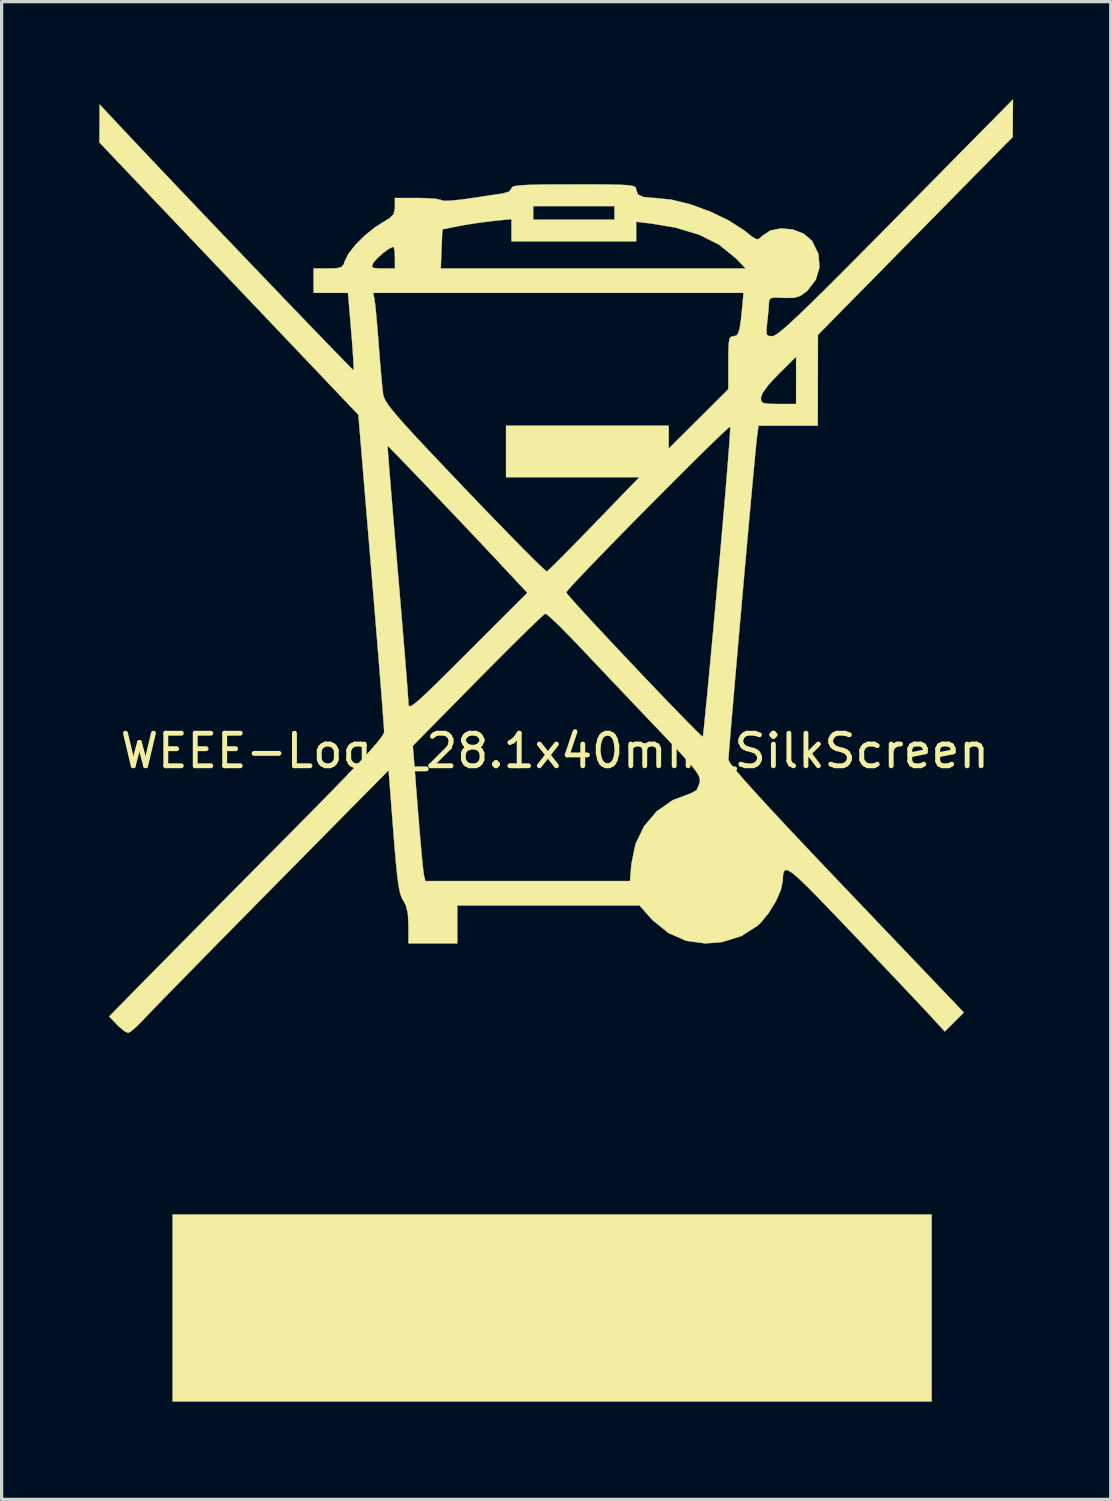
<source format=kicad_pcb>
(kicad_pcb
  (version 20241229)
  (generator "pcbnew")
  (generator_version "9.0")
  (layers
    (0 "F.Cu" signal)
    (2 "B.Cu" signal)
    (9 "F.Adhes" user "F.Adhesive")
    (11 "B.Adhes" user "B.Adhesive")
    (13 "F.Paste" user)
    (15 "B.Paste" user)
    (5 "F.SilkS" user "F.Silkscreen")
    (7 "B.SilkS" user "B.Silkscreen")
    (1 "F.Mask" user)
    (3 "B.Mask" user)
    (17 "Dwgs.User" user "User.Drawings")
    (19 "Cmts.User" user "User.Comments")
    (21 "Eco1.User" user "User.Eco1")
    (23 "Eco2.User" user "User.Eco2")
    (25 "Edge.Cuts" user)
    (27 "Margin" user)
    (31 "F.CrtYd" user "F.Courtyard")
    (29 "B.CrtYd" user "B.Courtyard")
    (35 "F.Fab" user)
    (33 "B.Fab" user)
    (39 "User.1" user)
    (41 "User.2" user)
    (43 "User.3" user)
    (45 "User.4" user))
  (footprint "WEEE-Logo_28.1x40mm_SilkScreen"
    (layer "F.Cu")
    (at 13.996 20.021)
    (property "Reference" "WEEE-Logo_28.1x40mm_SilkScreen" (at 0 0 0) (layer "F.SilkS") (effects (font (size 1 1) (thickness 0.15))))
    (attr exclude_from_pos_files exclude_from_bom allow_missing_courtyard)
    (fp_poly (pts (xy 11.576 19.987) (xy -11.742 19.987) (xy -11.742 14.241) (xy 11.576 14.241) (xy 11.576 19.987)) (stroke (width 0.01) (type solid)) (fill yes) (layer "F.SilkS"))
    (fp_poly (pts (xy 14.07 -19.439) (xy 14.066 -18.863) (xy 11.074 -15.823) (xy 8.082 -12.783) (xy 8.078 -9.993) (xy 6.256 -9.993) (xy 6.209 -9.64) (xy 6.191 -9.478) (xy 6.161 -9.174) (xy 6.121 -8.746) (xy 6.071 -8.212) (xy 6.014 -7.589) (xy 5.952 -6.897) (xy 5.885 -6.153) (xy 5.815 -5.374) (xy 5.745 -4.581) (xy 5.675 -3.79) (xy 5.608 -3.019) (xy 5.544 -2.287) (xy 5.486 -1.612) (xy 5.435 -1.012) (xy 5.392 -0.505) (xy 5.36 -0.11) (xy 5.339 0.156) (xy 5.332 0.275) (xy 5.332 0.276) (xy 5.383 0.371) (xy 5.537 0.568) (xy 5.794 0.868) (xy 6.159 1.275) (xy 6.631 1.79) (xy 7.215 2.416) (xy 7.911 3.154) (xy 8.722 4.008) (xy 8.95 4.247) (xy 12.565 8.036) (xy 12.272 8.328) (xy 11.98 8.619) (xy 11.507 8.105) (xy 11.334 7.919) (xy 11.064 7.631) (xy 10.714 7.261) (xy 10.303 6.827) (xy 9.848 6.348) (xy 9.367 5.842) (xy 9.08 5.54) (xy 8.54 4.975) (xy 8.103 4.522) (xy 7.759 4.173) (xy 7.496 3.92) (xy 7.304 3.755) (xy 7.17 3.67) (xy 7.084 3.656) (xy 7.035 3.706) (xy 7.011 3.81) (xy 7.002 3.961) (xy 7.001 4.002) (xy 6.939 4.285) (xy 6.785 4.628) (xy 6.571 4.976) (xy 6.327 5.275) (xy 6.229 5.367) (xy 5.727 5.689) (xy 5.141 5.87) (xy 4.623 5.913) (xy 4.036 5.832) (xy 3.494 5.595) (xy 3.015 5.21) (xy 2.926 5.115) (xy 2.602 4.747) (xy -2.998 4.747) (xy -2.998 5.913) (xy -4.497 5.913) (xy -4.497 5.368) (xy -4.516 4.996) (xy -4.579 4.738) (xy -4.656 4.598) (xy -4.711 4.497) (xy -4.758 4.352) (xy -4.8 4.139) (xy -4.841 3.838) (xy -4.883 3.428) (xy -4.929 2.885) (xy -4.961 2.482) (xy -5.107 0.592) (xy -8.7 4.231) (xy -9.349 4.889) (xy -9.973 5.522) (xy -10.559 6.118) (xy -11.096 6.666) (xy -11.573 7.153) (xy -11.979 7.568) (xy -12.302 7.9) (xy -12.53 8.136) (xy -12.652 8.265) (xy -12.853 8.47) (xy -13.021 8.613) (xy -13.111 8.661) (xy -13.227 8.605) (xy -13.395 8.466) (xy -13.452 8.409) (xy -13.693 8.157) (xy -12.364 6.806) (xy -12.025 6.462) (xy -11.587 6.019) (xy -11.071 5.497) (xy -10.495 4.914) (xy -9.878 4.291) (xy -9.24 3.647) (xy -8.6 3.001) (xy -8.14 2.538) (xy -7.442 1.832) (xy -6.856 1.234) (xy -6.373 0.736) (xy -5.987 0.331) (xy -5.691 0.01) (xy -5.544 -0.158) (xy -4.363 -0.158) (xy -4.215 1.732) (xy -4.17 2.286) (xy -4.127 2.793) (xy -4.088 3.226) (xy -4.055 3.558) (xy -4.031 3.764) (xy -4.023 3.81) (xy -3.979 3.997) (xy 2.309 3.997) (xy 2.351 3.474) (xy 2.478 2.857) (xy 2.743 2.31) (xy 3.13 1.855) (xy 3.622 1.51) (xy 4.174 1.304) (xy 4.353 1.207) (xy 4.443 0.999) (xy 4.445 0.99) (xy 4.456 0.902) (xy 4.442 0.812) (xy 4.392 0.703) (xy 4.292 0.559) (xy 4.128 0.363) (xy 3.889 0.098) (xy 3.56 -0.253) (xy 3.13 -0.706) (xy 3.102 -0.735) (xy 2.639 -1.221) (xy 2.147 -1.739) (xy 1.66 -2.253) (xy 1.21 -2.727) (xy 0.834 -3.126) (xy 0.75 -3.215) (xy 0.427 -3.551) (xy 0.141 -3.839) (xy -0.089 -4.058) (xy -0.241 -4.19) (xy -0.293 -4.219) (xy -0.369 -4.158) (xy -0.548 -3.992) (xy -0.815 -3.735) (xy -1.156 -3.4) (xy -1.557 -3.001) (xy -2.004 -2.552) (xy -2.37 -2.182) (xy -4.363 -0.158) (xy -5.544 -0.158) (xy -5.476 -0.236) (xy -5.335 -0.413) (xy -5.26 -0.531) (xy -5.244 -0.586) (xy -5.25 -0.705) (xy -5.269 -0.974) (xy -5.3 -1.379) (xy -5.34 -1.903) (xy -5.39 -2.531) (xy -5.448 -3.247) (xy -5.513 -4.036) (xy -5.582 -4.883) (xy -5.639 -5.559) (xy -5.957 -9.374) (xy -5.138 -9.374) (xy -5.135 -9.291) (xy -5.118 -9.059) (xy -5.09 -8.695) (xy -5.051 -8.213) (xy -5.003 -7.631) (xy -4.948 -6.965) (xy -4.886 -6.232) (xy -4.827 -5.535) (xy -4.759 -4.745) (xy -4.697 -4) (xy -4.64 -3.316) (xy -4.591 -2.712) (xy -4.551 -2.206) (xy -4.521 -1.815) (xy -4.503 -1.558) (xy -4.498 -1.458) (xy -4.49 -1.396) (xy -4.459 -1.371) (xy -4.393 -1.394) (xy -4.28 -1.476) (xy -4.108 -1.625) (xy -3.864 -1.854) (xy -3.538 -2.171) (xy -3.118 -2.588) (xy -2.671 -3.034) (xy -0.845 -4.858) (xy -0.858 -4.872) (xy 0.349 -4.872) (xy 0.404 -4.796) (xy 0.558 -4.619) (xy 0.796 -4.356) (xy 1.101 -4.023) (xy 1.46 -3.638) (xy 1.855 -3.215) (xy 2.273 -2.772) (xy 2.696 -2.325) (xy 3.111 -1.889) (xy 3.501 -1.483) (xy 3.852 -1.12) (xy 4.147 -0.819) (xy 4.371 -0.595) (xy 4.509 -0.465) (xy 4.547 -0.438) (xy 4.559 -0.524) (xy 4.585 -0.761) (xy 4.622 -1.134) (xy 4.671 -1.628) (xy 4.728 -2.229) (xy 4.793 -2.922) (xy 4.864 -3.692) (xy 4.94 -4.524) (xy 5.001 -5.195) (xy 5.079 -6.065) (xy 5.15 -6.884) (xy 5.215 -7.638) (xy 5.271 -8.312) (xy 5.318 -8.891) (xy 5.354 -9.361) (xy 5.378 -9.705) (xy 5.389 -9.91) (xy 5.388 -9.963) (xy 5.323 -9.916) (xy 5.156 -9.763) (xy 4.902 -9.521) (xy 4.577 -9.203) (xy 4.193 -8.825) (xy 3.767 -8.4) (xy 3.312 -7.945) (xy 2.844 -7.473) (xy 2.376 -6.999) (xy 1.924 -6.538) (xy 1.501 -6.105) (xy 1.124 -5.714) (xy 0.805 -5.381) (xy 0.56 -5.12) (xy 0.403 -4.945) (xy 0.349 -4.872) (xy -0.858 -4.872) (xy -1.526 -5.588) (xy -1.873 -5.958) (xy -2.262 -6.372) (xy -2.678 -6.812) (xy -3.106 -7.263) (xy -3.53 -7.709) (xy -3.935 -8.134) (xy -4.306 -8.521) (xy -4.627 -8.855) (xy -4.882 -9.118) (xy -5.057 -9.296) (xy -5.135 -9.372) (xy -5.138 -9.374) (xy -5.957 -9.374) (xy -6.036 -10.327) (xy -10.013 -14.51) (xy -13.991 -18.693) (xy -13.985 -19.862) (xy -13.342 -19.176) (xy -12.983 -18.793) (xy -12.558 -18.343) (xy -12.08 -17.838) (xy -11.56 -17.291) (xy -11.01 -16.712) (xy -10.44 -16.114) (xy -9.862 -15.509) (xy -9.289 -14.909) (xy -8.73 -14.326) (xy -8.199 -13.772) (xy -7.705 -13.258) (xy -7.261 -12.797) (xy -6.878 -12.401) (xy -6.568 -12.081) (xy -6.341 -11.851) (xy -6.21 -11.72) (xy -6.182 -11.695) (xy -6.18 -11.782) (xy -6.191 -12.005) (xy -6.212 -12.333) (xy -6.243 -12.736) (xy -6.257 -12.897) (xy -6.355 -14.074) (xy -5.583 -14.074) (xy -5.543 -13.887) (xy -5.523 -13.739) (xy -5.494 -13.46) (xy -5.461 -13.086) (xy -5.425 -12.652) (xy -5.413 -12.492) (xy -5.377 -12.031) (xy -5.341 -11.603) (xy -5.308 -11.249) (xy -5.282 -11.008) (xy -5.276 -10.964) (xy -5.254 -10.875) (xy -5.206 -10.769) (xy -5.122 -10.637) (xy -4.992 -10.466) (xy -4.806 -10.245) (xy -4.553 -9.961) (xy -4.224 -9.603) (xy -3.807 -9.159) (xy -3.294 -8.617) (xy -2.77 -8.067) (xy -2.249 -7.523) (xy -1.762 -7.019) (xy -1.323 -6.568) (xy -0.942 -6.181) (xy -0.632 -5.871) (xy -0.405 -5.651) (xy -0.274 -5.532) (xy -0.246 -5.514) (xy -0.172 -5.578) (xy 0.000194 -5.746) (xy 0.255 -6) (xy 0.574 -6.324) (xy 0.942 -6.7) (xy 1.208 -6.975) (xy 2.597 -8.411) (xy -1.499 -8.411) (xy -1.499 -9.993) (xy 3.498 -9.993) (xy 3.498 -9.288) (xy 4.414 -10.202) (xy 5.064 -10.849) (xy 6.329 -10.849) (xy 6.341 -10.747) (xy 6.403 -10.69) (xy 6.55 -10.666) (xy 6.822 -10.66) (xy 6.87 -10.66) (xy 7.412 -10.66) (xy 7.412 -12.112) (xy 6.87 -11.576) (xy 6.565 -11.25) (xy 6.383 -11) (xy 6.329 -10.849) (xy 5.064 -10.849) (xy 5.33 -11.115) (xy 5.33 -11.928) (xy 5.332 -12.302) (xy 5.344 -12.541) (xy 5.371 -12.673) (xy 5.419 -12.73) (xy 5.491 -12.742) (xy 5.572 -12.759) (xy 5.631 -12.829) (xy 5.677 -12.978) (xy 5.716 -13.233) (xy 5.756 -13.62) (xy 5.769 -13.762) (xy 5.796 -14.074) (xy -5.583 -14.074) (xy -6.355 -14.074) (xy -7.412 -14.074) (xy -7.412 -14.824) (xy -6.963 -14.824) (xy -6.7 -14.831) (xy -6.557 -14.866) (xy -6.54 -14.886) (xy -5.62 -14.886) (xy -5.572 -14.839) (xy -5.404 -14.824) (xy -5.291 -14.824) (xy -4.913 -14.824) (xy -3.505 -14.824) (xy 5.863 -14.824) (xy 5.546 -15.148) (xy 5.054 -15.549) (xy 4.445 -15.857) (xy 3.709 -16.079) (xy 2.977 -16.201) (xy 2.498 -16.259) (xy 2.498 -15.656) (xy -1.332 -15.656) (xy -1.332 -16.34) (xy -1.895 -16.283) (xy -2.287 -16.234) (xy -2.706 -16.171) (xy -2.956 -16.125) (xy -3.456 -16.025) (xy -3.481 -15.424) (xy -3.505 -14.824) (xy -4.913 -14.824) (xy -4.913 -15.157) (xy -4.924 -15.365) (xy -4.952 -15.481) (xy -4.963 -15.49) (xy -5.086 -15.436) (xy -5.266 -15.307) (xy -5.447 -15.147) (xy -5.572 -15.003) (xy -5.583 -14.984) (xy -5.62 -14.886) (xy -6.54 -14.886) (xy -6.488 -14.947) (xy -6.46 -15.037) (xy -6.346 -15.268) (xy -6.127 -15.547) (xy -5.841 -15.833) (xy -5.525 -16.088) (xy -5.317 -16.221) (xy -5.081 -16.366) (xy -4.959 -16.488) (xy -4.917 -16.632) (xy -4.914 -16.718) (xy -4.914 -16.739) (xy -0.666 -16.739) (xy -0.666 -16.323) (xy 1.832 -16.323) (xy 1.832 -16.739) (xy -0.666 -16.739) (xy -4.914 -16.739) (xy -4.913 -16.989) (xy -4.213 -16.989) (xy -3.89 -16.981) (xy -3.639 -16.96) (xy -3.499 -16.93) (xy -3.484 -16.918) (xy -3.395 -16.9) (xy -3.18 -16.907) (xy -2.874 -16.939) (xy -2.665 -16.968) (xy -2.286 -17.025) (xy -1.94 -17.077) (xy -1.679 -17.115) (xy -1.603 -17.126) (xy -1.404 -17.187) (xy -1.332 -17.284) (xy -1.311 -17.324) (xy -1.233 -17.354) (xy -1.081 -17.376) (xy -0.836 -17.39) (xy -0.479 -17.4) (xy 0.009 -17.404) (xy 0.583 -17.405) (xy 1.196 -17.405) (xy 1.662 -17.402) (xy 2.001 -17.395) (xy 2.234 -17.382) (xy 2.38 -17.362) (xy 2.46 -17.333) (xy 2.492 -17.294) (xy 2.498 -17.248) (xy 2.549 -17.102) (xy 2.716 -17.019) (xy 3.02 -16.989) (xy 3.075 -16.989) (xy 3.589 -16.936) (xy 4.174 -16.79) (xy 4.776 -16.57) (xy 5.342 -16.297) (xy 5.82 -15.99) (xy 5.882 -15.941) (xy 6.083 -15.783) (xy 6.203 -15.719) (xy 6.286 -15.74) (xy 6.372 -15.824) (xy 6.625 -15.99) (xy 6.954 -16.054) (xy 7.309 -16.02) (xy 7.637 -15.896) (xy 7.89 -15.686) (xy 7.908 -15.661) (xy 8.097 -15.269) (xy 8.132 -14.862) (xy 8.017 -14.475) (xy 7.757 -14.139) (xy 7.725 -14.112) (xy 7.54 -13.98) (xy 7.352 -13.922) (xy 7.088 -13.918) (xy 7.022 -13.921) (xy 6.764 -13.931) (xy 6.631 -13.909) (xy 6.583 -13.844) (xy 6.578 -13.783) (xy 6.568 -13.605) (xy 6.543 -13.338) (xy 6.525 -13.179) (xy 6.499 -12.925) (xy 6.51 -12.796) (xy 6.573 -12.748) (xy 6.685 -12.742) (xy 6.751 -12.763) (xy 6.859 -12.833) (xy 7.015 -12.957) (xy 7.227 -13.146) (xy 7.505 -13.405) (xy 7.855 -13.742) (xy 8.285 -14.165) (xy 8.804 -14.682) (xy 9.419 -15.301) (xy 10.139 -16.028) (xy 10.486 -16.379) (xy 14.074 -20.016) (xy 14.07 -19.439)) (stroke (width 0.01) (type solid)) (fill yes) (layer "F.SilkS")))
  (gr_rect
    (start -3 -3)
    (end 31.075 43.013)
    (stroke (width 0.1) (type default))
    (fill no)
    (layer "Edge.Cuts")))
</source>
